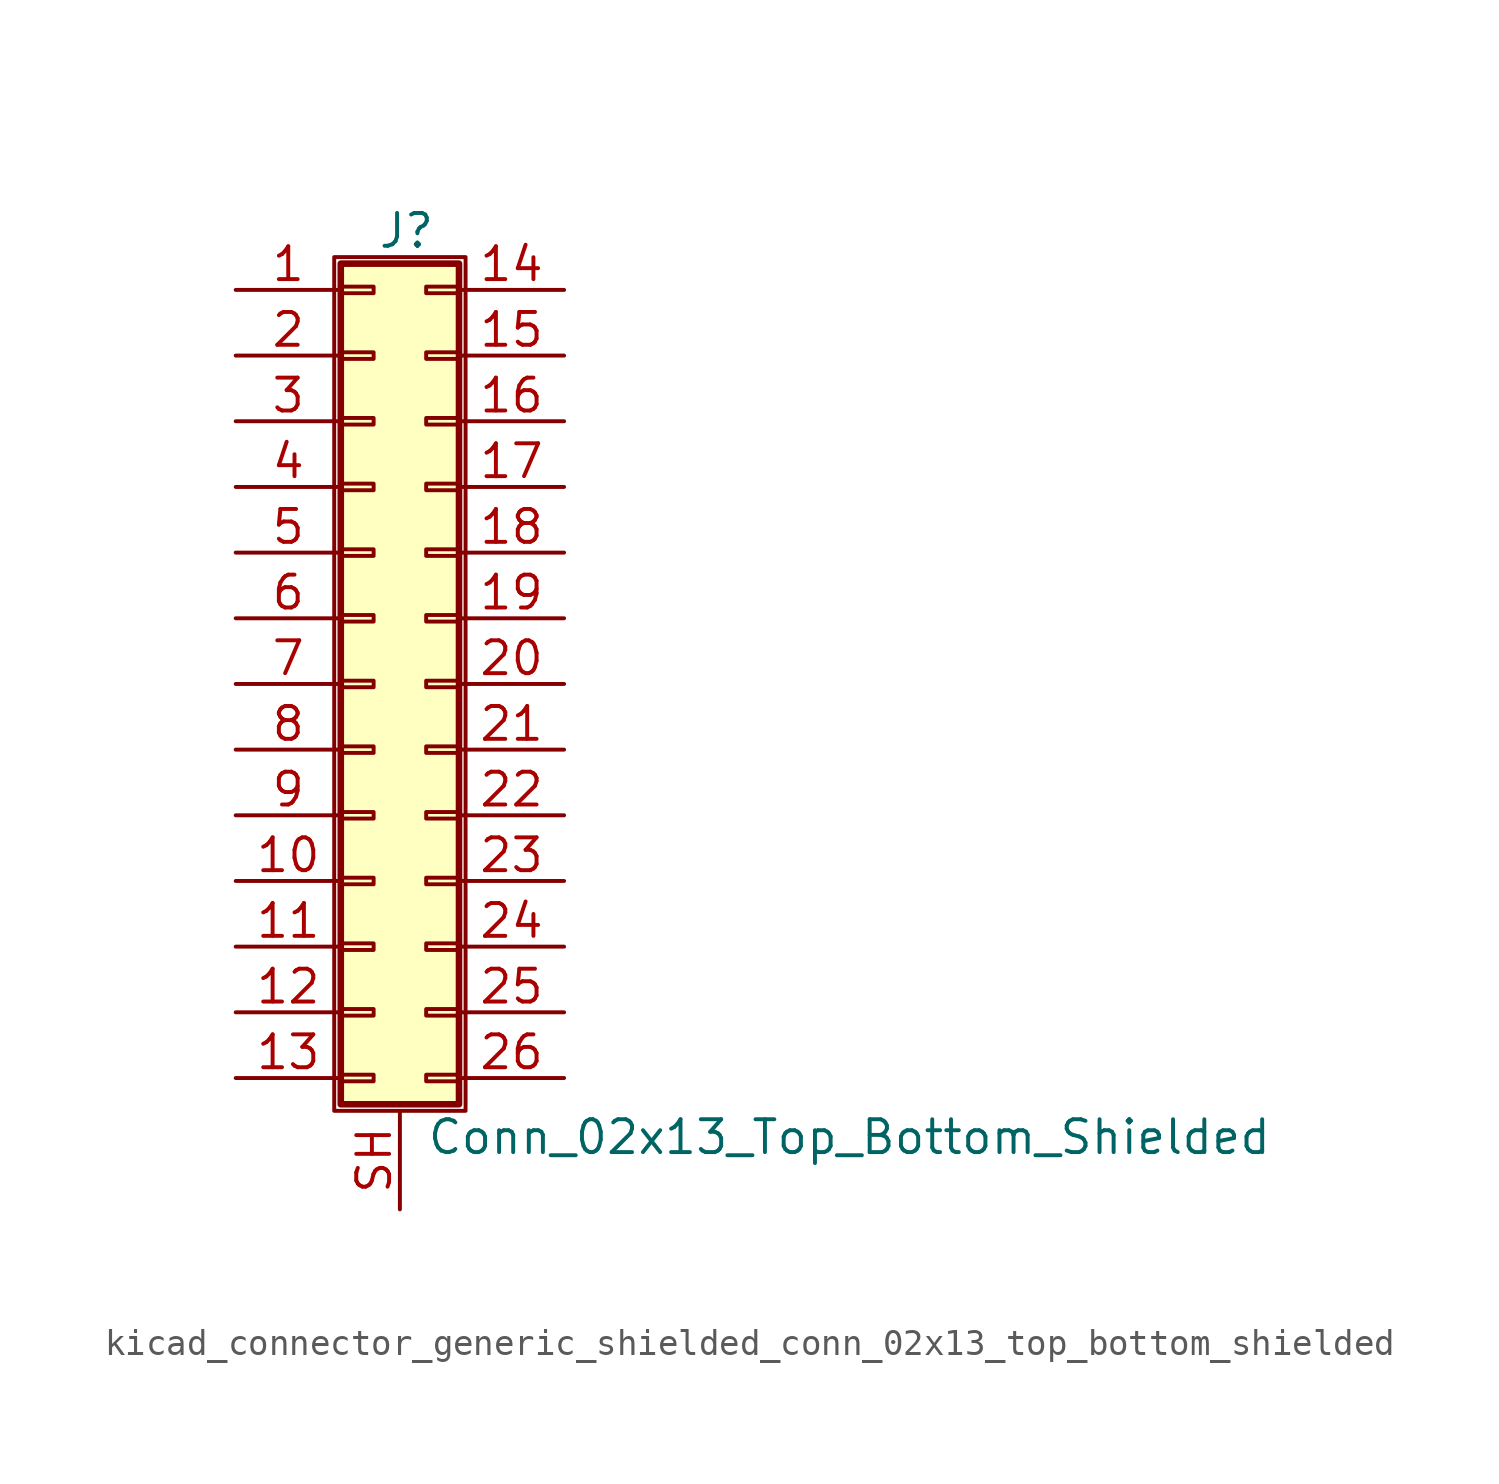
<source format=kicad_sym>
(kicad_symbol_lib
  (version 20220914)
  (generator kicad_symbol_editor)
  (symbol "kicad_connector_generic_shielded_conn_02x13_top_bottom_shielded"
    (pin_names
      (offset 1.016) hide)
    (property "Reference" "J"
      (at 1.524 17.526 0)
      (effects (font (size 1.27 1.27))))
    (property "Value" "Conn_02x13_Top_Bottom_Shielded"
      (at 2.286 -17.526 0)
      (effects (font (size 1.27 1.27)) (justify left)))
    (symbol "kicad_connector_generic_shielded_conn_02x13_top_bottom_shielded_1_1"
      (rectangle (start -1.27 16.51) (end 3.81 -16.51) (stroke (width 0.152) (type default)) (fill (type none)))
      (rectangle (start -1.016 -15.113) (end 0.254 -15.367) (stroke (width 0.152) (type default)) (fill (type none)))
      (rectangle (start -1.016 -12.573) (end 0.254 -12.827) (stroke (width 0.152) (type default)) (fill (type none)))
      (rectangle (start -1.016 -10.033) (end 0.254 -10.287) (stroke (width 0.152) (type default)) (fill (type none)))
      (rectangle (start -1.016 -7.493) (end 0.254 -7.747) (stroke (width 0.152) (type default)) (fill (type none)))
      (rectangle (start -1.016 -4.953) (end 0.254 -5.207) (stroke (width 0.152) (type default)) (fill (type none)))
      (rectangle (start -1.016 -2.413) (end 0.254 -2.667) (stroke (width 0.152) (type default)) (fill (type none)))
      (rectangle (start -1.016 0.127) (end 0.254 -0.127) (stroke (width 0.152) (type default)) (fill (type none)))
      (rectangle (start -1.016 2.667) (end 0.254 2.413) (stroke (width 0.152) (type default)) (fill (type none)))
      (rectangle (start -1.016 5.207) (end 0.254 4.953) (stroke (width 0.152) (type default)) (fill (type none)))
      (rectangle (start -1.016 7.747) (end 0.254 7.493) (stroke (width 0.152) (type default)) (fill (type none)))
      (rectangle (start -1.016 10.287) (end 0.254 10.033) (stroke (width 0.152) (type default)) (fill (type none)))
      (rectangle (start -1.016 12.827) (end 0.254 12.573) (stroke (width 0.152) (type default)) (fill (type none)))
      (rectangle (start -1.016 15.367) (end 0.254 15.113) (stroke (width 0.152) (type default)) (fill (type none)))
      (rectangle (start -1.016 16.256) (end 3.556 -16.256) (stroke (width 0.254) (type default)) (fill (type background)))
      (rectangle (start 3.556 -15.113) (end 2.286 -15.367) (stroke (width 0.152) (type default)) (fill (type none)))
      (rectangle (start 3.556 -12.573) (end 2.286 -12.827) (stroke (width 0.152) (type default)) (fill (type none)))
      (rectangle (start 3.556 -10.033) (end 2.286 -10.287) (stroke (width 0.152) (type default)) (fill (type none)))
      (rectangle (start 3.556 -7.493) (end 2.286 -7.747) (stroke (width 0.152) (type default)) (fill (type none)))
      (rectangle (start 3.556 -4.953) (end 2.286 -5.207) (stroke (width 0.152) (type default)) (fill (type none)))
      (rectangle (start 3.556 -2.413) (end 2.286 -2.667) (stroke (width 0.152) (type default)) (fill (type none)))
      (rectangle (start 3.556 0.127) (end 2.286 -0.127) (stroke (width 0.152) (type default)) (fill (type none)))
      (rectangle (start 3.556 2.667) (end 2.286 2.413) (stroke (width 0.152) (type default)) (fill (type none)))
      (rectangle (start 3.556 5.207) (end 2.286 4.953) (stroke (width 0.152) (type default)) (fill (type none)))
      (rectangle (start 3.556 7.747) (end 2.286 7.493) (stroke (width 0.152) (type default)) (fill (type none)))
      (rectangle (start 3.556 10.287) (end 2.286 10.033) (stroke (width 0.152) (type default)) (fill (type none)))
      (rectangle (start 3.556 12.827) (end 2.286 12.573) (stroke (width 0.152) (type default)) (fill (type none)))
      (rectangle (start 3.556 15.367) (end 2.286 15.113) (stroke (width 0.152) (type default)) (fill (type none)))
      (pin passive line (at -5.08 15.24 0) (length 4.064) (name "Pin_1" (effects (font (size 1.27 1.27)))) (number "1" (effects (font (size 1.27 1.27)))))
      (pin passive line (at -5.08 -7.62 0) (length 4.064) (name "Pin_10" (effects (font (size 1.27 1.27)))) (number "10" (effects (font (size 1.27 1.27)))))
      (pin passive line (at -5.08 -10.16 0) (length 4.064) (name "Pin_11" (effects (font (size 1.27 1.27)))) (number "11" (effects (font (size 1.27 1.27)))))
      (pin passive line (at -5.08 -12.7 0) (length 4.064) (name "Pin_12" (effects (font (size 1.27 1.27)))) (number "12" (effects (font (size 1.27 1.27)))))
      (pin passive line (at -5.08 -15.24 0) (length 4.064) (name "Pin_13" (effects (font (size 1.27 1.27)))) (number "13" (effects (font (size 1.27 1.27)))))
      (pin passive line (at 7.62 15.24 180) (length 4.064) (name "Pin_14" (effects (font (size 1.27 1.27)))) (number "14" (effects (font (size 1.27 1.27)))))
      (pin passive line (at 7.62 12.7 180) (length 4.064) (name "Pin_15" (effects (font (size 1.27 1.27)))) (number "15" (effects (font (size 1.27 1.27)))))
      (pin passive line (at 7.62 10.16 180) (length 4.064) (name "Pin_16" (effects (font (size 1.27 1.27)))) (number "16" (effects (font (size 1.27 1.27)))))
      (pin passive line (at 7.62 7.62 180) (length 4.064) (name "Pin_17" (effects (font (size 1.27 1.27)))) (number "17" (effects (font (size 1.27 1.27)))))
      (pin passive line (at 7.62 5.08 180) (length 4.064) (name "Pin_18" (effects (font (size 1.27 1.27)))) (number "18" (effects (font (size 1.27 1.27)))))
      (pin passive line (at 7.62 2.54 180) (length 4.064) (name "Pin_19" (effects (font (size 1.27 1.27)))) (number "19" (effects (font (size 1.27 1.27)))))
      (pin passive line (at -5.08 12.7 0) (length 4.064) (name "Pin_2" (effects (font (size 1.27 1.27)))) (number "2" (effects (font (size 1.27 1.27)))))
      (pin passive line (at 7.62 0 180) (length 4.064) (name "Pin_20" (effects (font (size 1.27 1.27)))) (number "20" (effects (font (size 1.27 1.27)))))
      (pin passive line (at 7.62 -2.54 180) (length 4.064) (name "Pin_21" (effects (font (size 1.27 1.27)))) (number "21" (effects (font (size 1.27 1.27)))))
      (pin passive line (at 7.62 -5.08 180) (length 4.064) (name "Pin_22" (effects (font (size 1.27 1.27)))) (number "22" (effects (font (size 1.27 1.27)))))
      (pin passive line (at 7.62 -7.62 180) (length 4.064) (name "Pin_23" (effects (font (size 1.27 1.27)))) (number "23" (effects (font (size 1.27 1.27)))))
      (pin passive line (at 7.62 -10.16 180) (length 4.064) (name "Pin_24" (effects (font (size 1.27 1.27)))) (number "24" (effects (font (size 1.27 1.27)))))
      (pin passive line (at 7.62 -12.7 180) (length 4.064) (name "Pin_25" (effects (font (size 1.27 1.27)))) (number "25" (effects (font (size 1.27 1.27)))))
      (pin passive line (at 7.62 -15.24 180) (length 4.064) (name "Pin_26" (effects (font (size 1.27 1.27)))) (number "26" (effects (font (size 1.27 1.27)))))
      (pin passive line (at -5.08 10.16 0) (length 4.064) (name "Pin_3" (effects (font (size 1.27 1.27)))) (number "3" (effects (font (size 1.27 1.27)))))
      (pin passive line (at -5.08 7.62 0) (length 4.064) (name "Pin_4" (effects (font (size 1.27 1.27)))) (number "4" (effects (font (size 1.27 1.27)))))
      (pin passive line (at -5.08 5.08 0) (length 4.064) (name "Pin_5" (effects (font (size 1.27 1.27)))) (number "5" (effects (font (size 1.27 1.27)))))
      (pin passive line (at -5.08 2.54 0) (length 4.064) (name "Pin_6" (effects (font (size 1.27 1.27)))) (number "6" (effects (font (size 1.27 1.27)))))
      (pin passive line (at -5.08 0 0) (length 4.064) (name "Pin_7" (effects (font (size 1.27 1.27)))) (number "7" (effects (font (size 1.27 1.27)))))
      (pin passive line (at -5.08 -2.54 0) (length 4.064) (name "Pin_8" (effects (font (size 1.27 1.27)))) (number "8" (effects (font (size 1.27 1.27)))))
      (pin passive line (at -5.08 -5.08 0) (length 4.064) (name "Pin_9" (effects (font (size 1.27 1.27)))) (number "9" (effects (font (size 1.27 1.27)))))
      (pin passive line (at 1.27 -20.32 90) (length 3.81) (name "Shield" (effects (font (size 1.27 1.27)))) (number "SH" (effects (font (size 1.27 1.27))))))))
</source>
